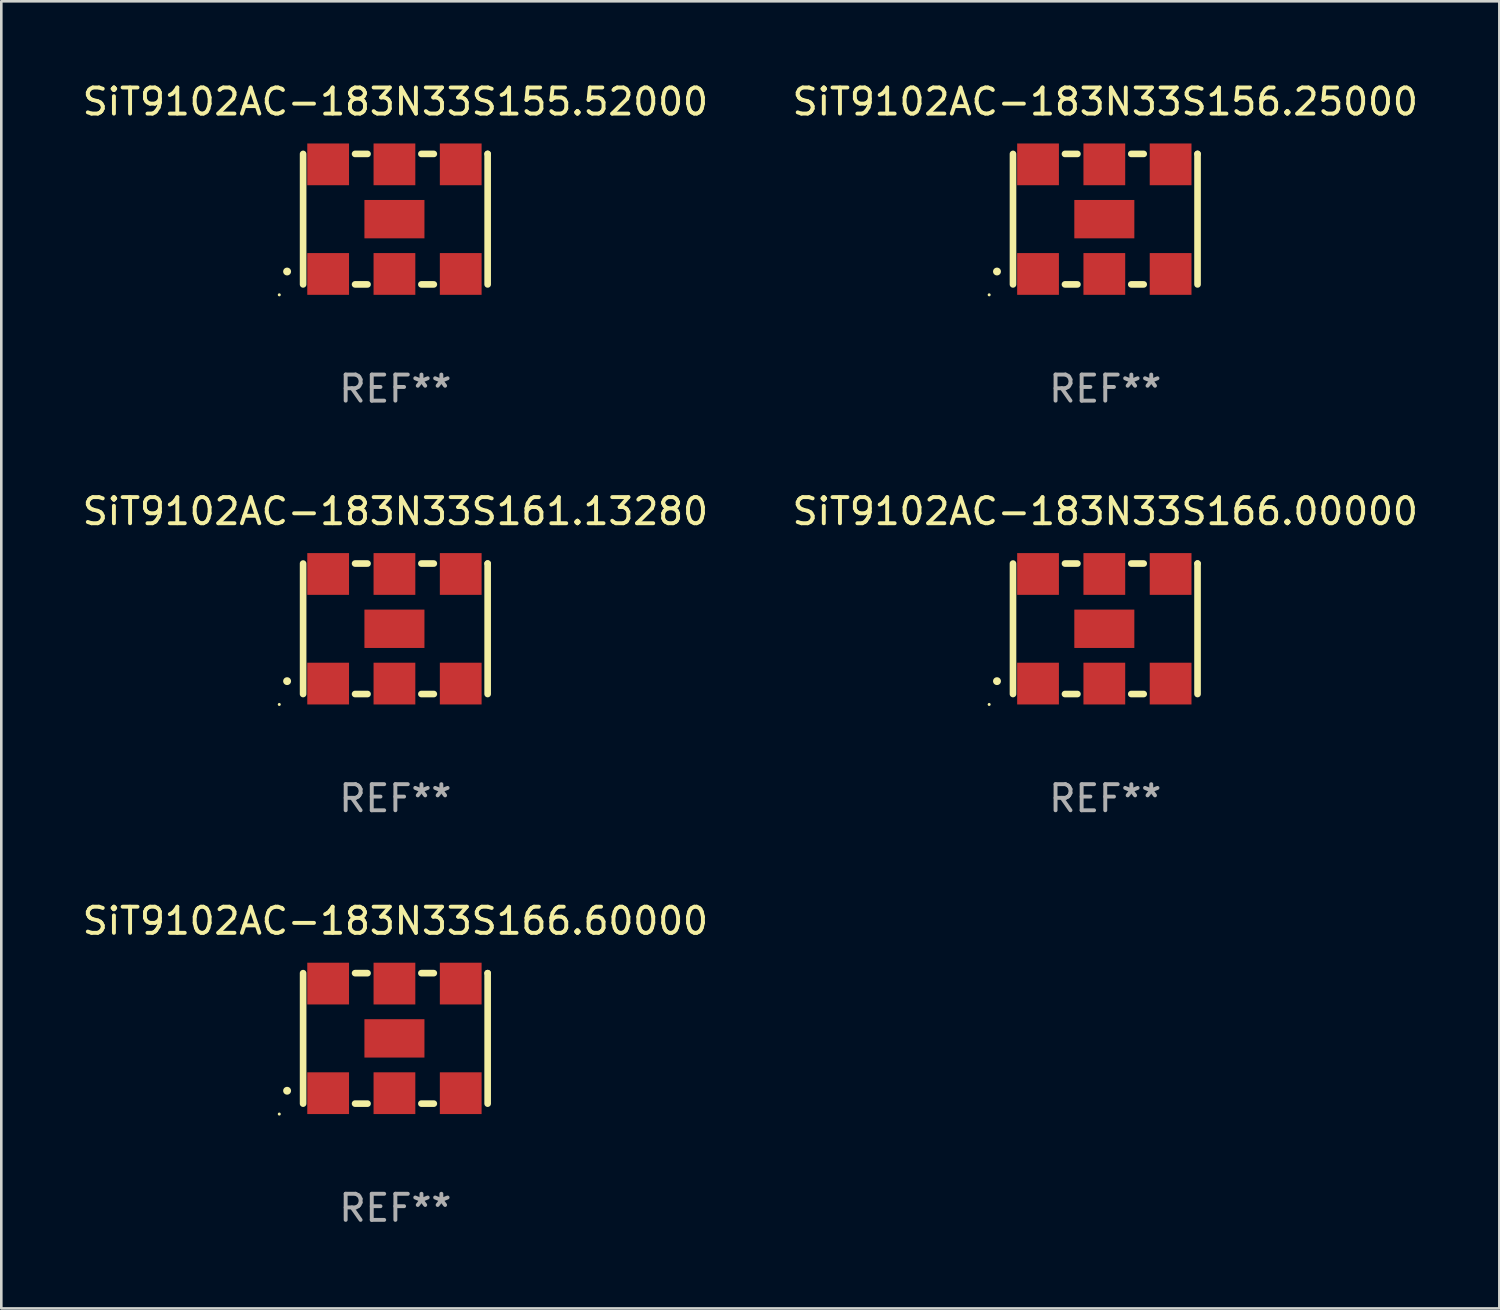
<source format=kicad_pcb>
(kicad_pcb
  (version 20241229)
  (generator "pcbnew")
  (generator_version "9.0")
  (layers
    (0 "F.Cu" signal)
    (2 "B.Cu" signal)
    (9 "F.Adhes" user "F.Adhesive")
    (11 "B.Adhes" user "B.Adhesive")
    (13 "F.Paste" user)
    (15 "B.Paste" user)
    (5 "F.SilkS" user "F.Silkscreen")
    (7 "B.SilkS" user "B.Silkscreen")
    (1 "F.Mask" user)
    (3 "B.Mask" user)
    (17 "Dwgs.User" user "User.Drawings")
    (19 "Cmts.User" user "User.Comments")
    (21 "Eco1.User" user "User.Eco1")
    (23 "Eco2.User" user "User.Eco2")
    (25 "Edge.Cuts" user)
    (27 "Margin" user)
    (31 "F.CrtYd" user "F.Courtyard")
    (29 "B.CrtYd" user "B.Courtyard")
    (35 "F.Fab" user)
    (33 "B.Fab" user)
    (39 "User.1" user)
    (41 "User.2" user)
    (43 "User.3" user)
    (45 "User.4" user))
  (footprint "SiT9102AC-183N33S166.00000"
    (layer "F.Cu")
    (at 39.304 21.045)
    (property "Reference" "SiT9102AC-183N33S166.00000" (at 0 -4.5 0) (layer "F.SilkS") (effects (font (size 1 1) (thickness 0.15))))
    (attr through_hole)
    (fp_line (start -3.536 -2.5) (end -3.536 2.5) (stroke (width 0.254) (type solid)) (layer "F.SilkS"))
    (fp_line (start -1.544 2.5) (end -1.067 2.5) (stroke (width 0.254) (type solid)) (layer "F.SilkS"))
    (fp_line (start -1.067 -2.5) (end -1.544 -2.5) (stroke (width 0.254) (type solid)) (layer "F.SilkS"))
    (fp_line (start 0.996 2.5) (end 1.473 2.5) (stroke (width 0.254) (type solid)) (layer "F.SilkS"))
    (fp_line (start 1.473 -2.5) (end 0.996 -2.5) (stroke (width 0.254) (type solid)) (layer "F.SilkS"))
    (fp_line (start 3.536 -2.5) (end 3.536 -2.5) (stroke (width 0.254) (type solid)) (layer "F.SilkS"))
    (fp_line (start 3.536 2.5) (end 3.536 -2.5) (stroke (width 0.254) (type solid)) (layer "F.SilkS"))
    (fp_arc (start -4.150432 2.006604) (mid -4.149162 2.006599) (end -4.147892 2.006604) (stroke (width 0.3) (type solid)) (layer "F.SilkS"))
    (fp_circle (center -4.449 2.9) (end -4.419 2.9) (stroke (width 0.06) (type solid)) (fill no) (layer "F.SilkS"))
    (fp_text user "REF**" (at 0 6.5 0) (layer "F.Fab") (effects (font (size 1 1) (thickness 0.15))))
    (pad "1" smd rect (at -2.576 2.1) (size 1.6 1.6) (layers "F.Cu" "F.Mask" "F.Paste"))
    (pad "2" smd rect (at -0.036 2.1) (size 1.6 1.6) (layers "F.Cu" "F.Mask" "F.Paste"))
    (pad "3" smd rect (at 2.504 2.1) (size 1.6 1.6) (layers "F.Cu" "F.Mask" "F.Paste"))
    (pad "4" smd rect (at 2.504 -2.1) (size 1.6 1.6) (layers "F.Cu" "F.Mask" "F.Paste"))
    (pad "5" smd rect (at -0.036 -2.1) (size 1.6 1.6) (layers "F.Cu" "F.Mask" "F.Paste"))
    (pad "6" smd rect (at -2.576 -2.1) (size 1.6 1.6) (layers "F.Cu" "F.Mask" "F.Paste"))
    (pad "7" smd rect (at -0.036 0) (size 2.3 1.47) (layers "F.Cu" "F.Mask" "F.Paste")))
  (footprint "SiT9102AC-183N33S155.52000"
    (layer "F.Cu")
    (at 12.101 5.348)
    (property "Reference" "SiT9102AC-183N33S155.52000" (at 0 -4.5 0) (layer "F.SilkS") (effects (font (size 1 1) (thickness 0.15))))
    (attr through_hole)
    (fp_line (start -3.536 -2.5) (end -3.536 2.5) (stroke (width 0.254) (type solid)) (layer "F.SilkS"))
    (fp_line (start -1.544 2.5) (end -1.067 2.5) (stroke (width 0.254) (type solid)) (layer "F.SilkS"))
    (fp_line (start -1.067 -2.5) (end -1.544 -2.5) (stroke (width 0.254) (type solid)) (layer "F.SilkS"))
    (fp_line (start 0.996 2.5) (end 1.473 2.5) (stroke (width 0.254) (type solid)) (layer "F.SilkS"))
    (fp_line (start 1.473 -2.5) (end 0.996 -2.5) (stroke (width 0.254) (type solid)) (layer "F.SilkS"))
    (fp_line (start 3.536 -2.5) (end 3.536 -2.5) (stroke (width 0.254) (type solid)) (layer "F.SilkS"))
    (fp_line (start 3.536 2.5) (end 3.536 -2.5) (stroke (width 0.254) (type solid)) (layer "F.SilkS"))
    (fp_arc (start -4.150432 2.006604) (mid -4.149162 2.006599) (end -4.147892 2.006604) (stroke (width 0.3) (type solid)) (layer "F.SilkS"))
    (fp_circle (center -4.449 2.9) (end -4.419 2.9) (stroke (width 0.06) (type solid)) (fill no) (layer "F.SilkS"))
    (fp_text user "REF**" (at 0 6.5 0) (layer "F.Fab") (effects (font (size 1 1) (thickness 0.15))))
    (pad "1" smd rect (at -2.576 2.1) (size 1.6 1.6) (layers "F.Cu" "F.Mask" "F.Paste"))
    (pad "2" smd rect (at -0.036 2.1) (size 1.6 1.6) (layers "F.Cu" "F.Mask" "F.Paste"))
    (pad "3" smd rect (at 2.504 2.1) (size 1.6 1.6) (layers "F.Cu" "F.Mask" "F.Paste"))
    (pad "4" smd rect (at 2.504 -2.1) (size 1.6 1.6) (layers "F.Cu" "F.Mask" "F.Paste"))
    (pad "5" smd rect (at -0.036 -2.1) (size 1.6 1.6) (layers "F.Cu" "F.Mask" "F.Paste"))
    (pad "6" smd rect (at -2.576 -2.1) (size 1.6 1.6) (layers "F.Cu" "F.Mask" "F.Paste"))
    (pad "7" smd rect (at -0.036 0) (size 2.3 1.47) (layers "F.Cu" "F.Mask" "F.Paste")))
  (footprint "SiT9102AC-183N33S161.13280"
    (layer "F.Cu")
    (at 12.101 21.045)
    (property "Reference" "SiT9102AC-183N33S161.13280" (at 0 -4.5 0) (layer "F.SilkS") (effects (font (size 1 1) (thickness 0.15))))
    (attr through_hole)
    (fp_line (start -3.536 -2.5) (end -3.536 2.5) (stroke (width 0.254) (type solid)) (layer "F.SilkS"))
    (fp_line (start -1.544 2.5) (end -1.067 2.5) (stroke (width 0.254) (type solid)) (layer "F.SilkS"))
    (fp_line (start -1.067 -2.5) (end -1.544 -2.5) (stroke (width 0.254) (type solid)) (layer "F.SilkS"))
    (fp_line (start 0.996 2.5) (end 1.473 2.5) (stroke (width 0.254) (type solid)) (layer "F.SilkS"))
    (fp_line (start 1.473 -2.5) (end 0.996 -2.5) (stroke (width 0.254) (type solid)) (layer "F.SilkS"))
    (fp_line (start 3.536 -2.5) (end 3.536 -2.5) (stroke (width 0.254) (type solid)) (layer "F.SilkS"))
    (fp_line (start 3.536 2.5) (end 3.536 -2.5) (stroke (width 0.254) (type solid)) (layer "F.SilkS"))
    (fp_arc (start -4.150432 2.006604) (mid -4.149162 2.006599) (end -4.147892 2.006604) (stroke (width 0.3) (type solid)) (layer "F.SilkS"))
    (fp_circle (center -4.449 2.9) (end -4.419 2.9) (stroke (width 0.06) (type solid)) (fill no) (layer "F.SilkS"))
    (fp_text user "REF**" (at 0 6.5 0) (layer "F.Fab") (effects (font (size 1 1) (thickness 0.15))))
    (pad "1" smd rect (at -2.576 2.1) (size 1.6 1.6) (layers "F.Cu" "F.Mask" "F.Paste"))
    (pad "2" smd rect (at -0.036 2.1) (size 1.6 1.6) (layers "F.Cu" "F.Mask" "F.Paste"))
    (pad "3" smd rect (at 2.504 2.1) (size 1.6 1.6) (layers "F.Cu" "F.Mask" "F.Paste"))
    (pad "4" smd rect (at 2.504 -2.1) (size 1.6 1.6) (layers "F.Cu" "F.Mask" "F.Paste"))
    (pad "5" smd rect (at -0.036 -2.1) (size 1.6 1.6) (layers "F.Cu" "F.Mask" "F.Paste"))
    (pad "6" smd rect (at -2.576 -2.1) (size 1.6 1.6) (layers "F.Cu" "F.Mask" "F.Paste"))
    (pad "7" smd rect (at -0.036 0) (size 2.3 1.47) (layers "F.Cu" "F.Mask" "F.Paste")))
  (footprint "SiT9102AC-183N33S156.25000"
    (layer "F.Cu")
    (at 39.304 5.348)
    (property "Reference" "SiT9102AC-183N33S156.25000" (at 0 -4.5 0) (layer "F.SilkS") (effects (font (size 1 1) (thickness 0.15))))
    (attr through_hole)
    (fp_line (start -3.536 -2.5) (end -3.536 2.5) (stroke (width 0.254) (type solid)) (layer "F.SilkS"))
    (fp_line (start -1.544 2.5) (end -1.067 2.5) (stroke (width 0.254) (type solid)) (layer "F.SilkS"))
    (fp_line (start -1.067 -2.5) (end -1.544 -2.5) (stroke (width 0.254) (type solid)) (layer "F.SilkS"))
    (fp_line (start 0.996 2.5) (end 1.473 2.5) (stroke (width 0.254) (type solid)) (layer "F.SilkS"))
    (fp_line (start 1.473 -2.5) (end 0.996 -2.5) (stroke (width 0.254) (type solid)) (layer "F.SilkS"))
    (fp_line (start 3.536 -2.5) (end 3.536 -2.5) (stroke (width 0.254) (type solid)) (layer "F.SilkS"))
    (fp_line (start 3.536 2.5) (end 3.536 -2.5) (stroke (width 0.254) (type solid)) (layer "F.SilkS"))
    (fp_arc (start -4.150432 2.006604) (mid -4.149162 2.006599) (end -4.147892 2.006604) (stroke (width 0.3) (type solid)) (layer "F.SilkS"))
    (fp_circle (center -4.449 2.9) (end -4.419 2.9) (stroke (width 0.06) (type solid)) (fill no) (layer "F.SilkS"))
    (fp_text user "REF**" (at 0 6.5 0) (layer "F.Fab") (effects (font (size 1 1) (thickness 0.15))))
    (pad "1" smd rect (at -2.576 2.1) (size 1.6 1.6) (layers "F.Cu" "F.Mask" "F.Paste"))
    (pad "2" smd rect (at -0.036 2.1) (size 1.6 1.6) (layers "F.Cu" "F.Mask" "F.Paste"))
    (pad "3" smd rect (at 2.504 2.1) (size 1.6 1.6) (layers "F.Cu" "F.Mask" "F.Paste"))
    (pad "4" smd rect (at 2.504 -2.1) (size 1.6 1.6) (layers "F.Cu" "F.Mask" "F.Paste"))
    (pad "5" smd rect (at -0.036 -2.1) (size 1.6 1.6) (layers "F.Cu" "F.Mask" "F.Paste"))
    (pad "6" smd rect (at -2.576 -2.1) (size 1.6 1.6) (layers "F.Cu" "F.Mask" "F.Paste"))
    (pad "7" smd rect (at -0.036 0) (size 2.3 1.47) (layers "F.Cu" "F.Mask" "F.Paste")))
  (footprint "SiT9102AC-183N33S166.60000"
    (layer "F.Cu")
    (at 12.101 36.741)
    (property "Reference" "SiT9102AC-183N33S166.60000" (at 0 -4.5 0) (layer "F.SilkS") (effects (font (size 1 1) (thickness 0.15))))
    (attr through_hole)
    (fp_line (start -3.536 -2.5) (end -3.536 2.5) (stroke (width 0.254) (type solid)) (layer "F.SilkS"))
    (fp_line (start -1.544 2.5) (end -1.067 2.5) (stroke (width 0.254) (type solid)) (layer "F.SilkS"))
    (fp_line (start -1.067 -2.5) (end -1.544 -2.5) (stroke (width 0.254) (type solid)) (layer "F.SilkS"))
    (fp_line (start 0.996 2.5) (end 1.473 2.5) (stroke (width 0.254) (type solid)) (layer "F.SilkS"))
    (fp_line (start 1.473 -2.5) (end 0.996 -2.5) (stroke (width 0.254) (type solid)) (layer "F.SilkS"))
    (fp_line (start 3.536 -2.5) (end 3.536 -2.5) (stroke (width 0.254) (type solid)) (layer "F.SilkS"))
    (fp_line (start 3.536 2.5) (end 3.536 -2.5) (stroke (width 0.254) (type solid)) (layer "F.SilkS"))
    (fp_arc (start -4.150432 2.006604) (mid -4.149162 2.006599) (end -4.147892 2.006604) (stroke (width 0.3) (type solid)) (layer "F.SilkS"))
    (fp_circle (center -4.449 2.9) (end -4.419 2.9) (stroke (width 0.06) (type solid)) (fill no) (layer "F.SilkS"))
    (fp_text user "REF**" (at 0 6.5 0) (layer "F.Fab") (effects (font (size 1 1) (thickness 0.15))))
    (pad "1" smd rect (at -2.576 2.1) (size 1.6 1.6) (layers "F.Cu" "F.Mask" "F.Paste"))
    (pad "2" smd rect (at -0.036 2.1) (size 1.6 1.6) (layers "F.Cu" "F.Mask" "F.Paste"))
    (pad "3" smd rect (at 2.504 2.1) (size 1.6 1.6) (layers "F.Cu" "F.Mask" "F.Paste"))
    (pad "4" smd rect (at 2.504 -2.1) (size 1.6 1.6) (layers "F.Cu" "F.Mask" "F.Paste"))
    (pad "5" smd rect (at -0.036 -2.1) (size 1.6 1.6) (layers "F.Cu" "F.Mask" "F.Paste"))
    (pad "6" smd rect (at -2.576 -2.1) (size 1.6 1.6) (layers "F.Cu" "F.Mask" "F.Paste"))
    (pad "7" smd rect (at -0.036 0) (size 2.3 1.47) (layers "F.Cu" "F.Mask" "F.Paste")))
  (gr_rect
    (start -3 -3)
    (end 54.405 47.09)
    (stroke (width 0.1) (type default))
    (fill no)
    (layer "Edge.Cuts")))
</source>
